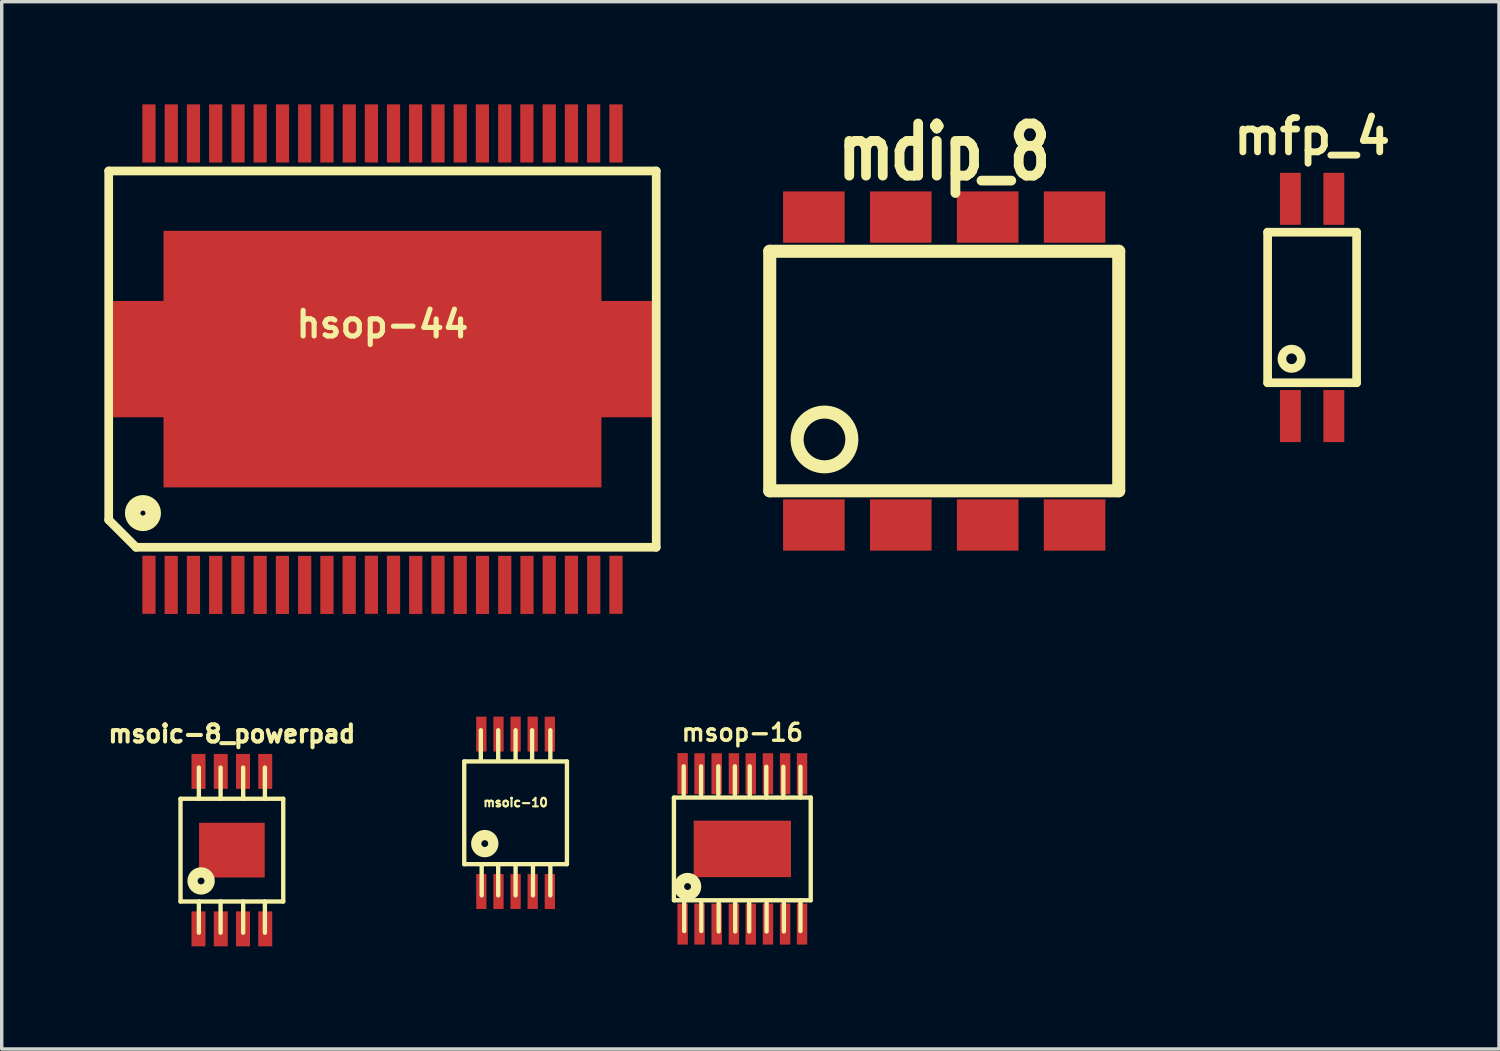
<source format=kicad_pcb>
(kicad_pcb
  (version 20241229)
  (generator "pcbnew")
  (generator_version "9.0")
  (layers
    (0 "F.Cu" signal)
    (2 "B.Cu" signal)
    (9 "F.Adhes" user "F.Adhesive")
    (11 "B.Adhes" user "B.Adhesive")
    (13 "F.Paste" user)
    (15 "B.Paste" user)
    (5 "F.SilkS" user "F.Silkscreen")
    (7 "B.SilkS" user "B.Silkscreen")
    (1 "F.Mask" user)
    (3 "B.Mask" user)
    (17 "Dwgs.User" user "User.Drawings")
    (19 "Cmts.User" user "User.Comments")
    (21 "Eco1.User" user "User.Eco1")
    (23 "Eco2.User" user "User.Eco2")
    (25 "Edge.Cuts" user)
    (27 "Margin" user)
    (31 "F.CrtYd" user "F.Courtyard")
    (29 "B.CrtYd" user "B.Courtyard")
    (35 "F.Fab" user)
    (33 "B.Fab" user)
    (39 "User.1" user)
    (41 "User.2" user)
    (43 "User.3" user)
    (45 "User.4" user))
  (footprint "mdip_8"
    (layer "F.Cu")
    (at 24.547 7.794)
    (property "Reference" "mdip_8" (at 0 -6.401 0) (layer "F.SilkS") (effects (font (size 1.524 1.143) (thickness 0.287))))
    (attr through_hole)
    (fp_line (start -5.1 -3.5) (end -5.1 3.5) (stroke (width 0.381) (type solid)) (layer "F.SilkS"))
    (fp_line (start -5.1 3.5) (end 5.1 3.5) (stroke (width 0.381) (type solid)) (layer "F.SilkS"))
    (fp_line (start 5.1 -3.5) (end -5.1 -3.5) (stroke (width 0.381) (type solid)) (layer "F.SilkS"))
    (fp_line (start 5.1 3.5) (end 5.1 -3.5) (stroke (width 0.381) (type solid)) (layer "F.SilkS"))
    (fp_circle (center -3.5 2) (end -4.3 2) (stroke (width 0.381) (type solid)) (fill no) (layer "F.SilkS"))
    (pad "1" smd rect (at -3.81 4.5) (size 1.8 1.5) (layers "F.Cu" "F.Mask" "F.Paste"))
    (pad "2" smd rect (at -1.27 4.5) (size 1.8 1.5) (layers "F.Cu" "F.Mask" "F.Paste"))
    (pad "3" smd rect (at 1.27 4.5) (size 1.8 1.5) (layers "F.Cu" "F.Mask" "F.Paste"))
    (pad "4" smd rect (at 3.81 4.5) (size 1.8 1.5) (layers "F.Cu" "F.Mask" "F.Paste"))
    (pad "5" smd rect (at 3.81 -4.5) (size 1.8 1.5) (layers "F.Cu" "F.Mask" "F.Paste"))
    (pad "6" smd rect (at 1.27 -4.5) (size 1.8 1.5) (layers "F.Cu" "F.Mask" "F.Paste"))
    (pad "7" smd rect (at -1.27 -4.5) (size 1.8 1.5) (layers "F.Cu" "F.Mask" "F.Paste"))
    (pad "8" smd rect (at -3.81 -4.5) (size 1.8 1.5) (layers "F.Cu" "F.Mask" "F.Paste")))
  (footprint "mfp_4"
    (layer "F.Cu")
    (at 35.299 5.936)
    (property "Reference" "mfp_4" (at 0 -5 0) (layer "F.SilkS") (effects (font (size 1 1) (thickness 0.2))))
    (attr through_hole)
    (fp_line (start -1.3 -2.2) (end -1.3 2.2) (stroke (width 0.254) (type solid)) (layer "F.SilkS"))
    (fp_line (start -1.3 2.2) (end 1.3 2.2) (stroke (width 0.254) (type solid)) (layer "F.SilkS"))
    (fp_line (start 1.3 -2.2) (end -1.3 -2.2) (stroke (width 0.254) (type solid)) (layer "F.SilkS"))
    (fp_line (start 1.3 2.2) (end 1.3 -2.2) (stroke (width 0.254) (type solid)) (layer "F.SilkS"))
    (fp_circle (center -0.6 1.5) (end -0.8 1.7) (stroke (width 0.254) (type solid)) (fill no) (layer "F.SilkS"))
    (pad "1" smd rect (at -0.635 3.175) (size 0.61 1.52) (layers "F.Cu" "F.Mask" "F.Paste"))
    (pad "2" smd rect (at 0.635 3.175) (size 0.61 1.52) (layers "F.Cu" "F.Mask" "F.Paste"))
    (pad "3" smd rect (at 0.635 -3.175) (size 0.61 1.52) (layers "F.Cu" "F.Mask" "F.Paste"))
    (pad "4" smd rect (at -0.635 -3.175) (size 0.61 1.52) (layers "F.Cu" "F.Mask" "F.Paste")))
  (footprint "msoic-10"
    (layer "F.Cu")
    (at 12.019 20.706)
    (property "Reference" "msoic-10" (at 0 -0.3 0) (layer "F.SilkS") (effects (font (size 0.249 0.249) (thickness 0.061))))
    (attr through_hole)
    (fp_line (start -1.501 -1.501) (end -1.501 1.501) (stroke (width 0.127) (type solid)) (layer "F.SilkS"))
    (fp_line (start -1.501 1.501) (end 1.501 1.501) (stroke (width 0.127) (type solid)) (layer "F.SilkS"))
    (fp_line (start -1.016 -2.413) (end -1.016 -1.524) (stroke (width 0.127) (type solid)) (layer "F.SilkS"))
    (fp_line (start -0.991 2.413) (end -0.991 1.524) (stroke (width 0.127) (type solid)) (layer "F.SilkS"))
    (fp_line (start -0.508 -2.413) (end -0.508 -1.524) (stroke (width 0.127) (type solid)) (layer "F.SilkS"))
    (fp_line (start -0.508 2.413) (end -0.508 1.524) (stroke (width 0.127) (type solid)) (layer "F.SilkS"))
    (fp_line (start 0 -2.413) (end 0 -1.524) (stroke (width 0.127) (type solid)) (layer "F.SilkS"))
    (fp_line (start 0 2.413) (end 0 1.524) (stroke (width 0.127) (type solid)) (layer "F.SilkS"))
    (fp_line (start 0.483 -2.413) (end 0.483 -1.524) (stroke (width 0.127) (type solid)) (layer "F.SilkS"))
    (fp_line (start 0.508 2.413) (end 0.508 1.524) (stroke (width 0.127) (type solid)) (layer "F.SilkS"))
    (fp_line (start 1.016 -2.413) (end 1.016 -1.524) (stroke (width 0.127) (type solid)) (layer "F.SilkS"))
    (fp_line (start 1.016 2.413) (end 1.016 1.524) (stroke (width 0.127) (type solid)) (layer "F.SilkS"))
    (fp_line (start 1.501 -1.501) (end -1.501 -1.501) (stroke (width 0.127) (type solid)) (layer "F.SilkS"))
    (fp_line (start 1.501 1.501) (end 1.501 -1.501) (stroke (width 0.127) (type solid)) (layer "F.SilkS"))
    (fp_circle (center -0.9 0.9) (end -1.1 0.9) (stroke (width 0.127) (type solid)) (fill no) (layer "F.SilkS"))
    (fp_circle (center -0.9 0.9) (end -1 0.9) (stroke (width 0.3) (type solid)) (fill no) (layer "F.SilkS"))
    (fp_circle (center -0.899 0.902) (end -1.1 1.1) (stroke (width 0.127) (type solid)) (fill no) (layer "F.SilkS"))
    (pad "1" smd rect (at -1.001 2.301) (size 0.3 1.021) (layers "F.Cu" "F.Mask" "F.Paste"))
    (pad "2" smd rect (at -0.5 2.301) (size 0.3 1.021) (layers "F.Cu" "F.Mask" "F.Paste"))
    (pad "3" smd rect (at 0 2.301) (size 0.3 1.021) (layers "F.Cu" "F.Mask" "F.Paste"))
    (pad "4" smd rect (at 0.5 2.301) (size 0.3 1.021) (layers "F.Cu" "F.Mask" "F.Paste"))
    (pad "5" smd rect (at 1.001 2.301) (size 0.3 1.021) (layers "F.Cu" "F.Mask" "F.Paste"))
    (pad "6" smd rect (at 1.001 -2.301) (size 0.3 1.021) (layers "F.Cu" "F.Mask" "F.Paste"))
    (pad "7" smd rect (at 0.5 -2.301) (size 0.3 1.021) (layers "F.Cu" "F.Mask" "F.Paste"))
    (pad "8" smd rect (at 0 -2.301) (size 0.3 1.021) (layers "F.Cu" "F.Mask" "F.Paste"))
    (pad "9" smd rect (at -0.5 -2.301) (size 0.3 1.021) (layers "F.Cu" "F.Mask" "F.Paste"))
    (pad "10" smd rect (at -1.001 -2.301) (size 0.3 1.021) (layers "F.Cu" "F.Mask" "F.Paste")))
  (footprint "msoic-8_powerpad"
    (layer "F.Cu")
    (at 3.727 21.797)
    (property "Reference" "msoic-8_powerpad" (at 0 -3.4 180) (layer "F.SilkS") (effects (font (size 0.5 0.5) (thickness 0.119))))
    (attr through_hole)
    (fp_line (start -1.501 -1.501) (end -1.501 1.501) (stroke (width 0.127) (type solid)) (layer "F.SilkS"))
    (fp_line (start -1.501 1.501) (end 1.501 1.501) (stroke (width 0.127) (type solid)) (layer "F.SilkS"))
    (fp_line (start -0.965 -1.499) (end -0.965 -2.413) (stroke (width 0.127) (type solid)) (layer "F.SilkS"))
    (fp_line (start -0.965 1.499) (end -0.965 2.413) (stroke (width 0.127) (type solid)) (layer "F.SilkS"))
    (fp_line (start -0.33 -1.499) (end -0.33 -2.413) (stroke (width 0.127) (type solid)) (layer "F.SilkS"))
    (fp_line (start -0.33 1.499) (end -0.33 2.413) (stroke (width 0.127) (type solid)) (layer "F.SilkS"))
    (fp_line (start 0.33 -1.499) (end 0.33 -2.413) (stroke (width 0.127) (type solid)) (layer "F.SilkS"))
    (fp_line (start 0.33 1.499) (end 0.33 2.413) (stroke (width 0.127) (type solid)) (layer "F.SilkS"))
    (fp_line (start 0.965 -1.499) (end 0.965 -2.413) (stroke (width 0.127) (type solid)) (layer "F.SilkS"))
    (fp_line (start 0.965 1.499) (end 0.965 2.413) (stroke (width 0.127) (type solid)) (layer "F.SilkS"))
    (fp_line (start 1.501 -1.501) (end -1.501 -1.501) (stroke (width 0.127) (type solid)) (layer "F.SilkS"))
    (fp_line (start 1.501 1.501) (end 1.501 -1.501) (stroke (width 0.127) (type solid)) (layer "F.SilkS"))
    (fp_circle (center -0.9 0.9) (end -1.1 0.9) (stroke (width 0.127) (type solid)) (fill no) (layer "F.SilkS"))
    (fp_circle (center -0.9 0.9) (end -1 0.9) (stroke (width 0.3) (type solid)) (fill no) (layer "F.SilkS"))
    (fp_circle (center -0.899 0.902) (end -1.1 1.1) (stroke (width 0.127) (type solid)) (fill no) (layer "F.SilkS"))
    (pad "1" smd rect (at -0.975 2.301) (size 0.409 1.021) (layers "F.Cu" "F.Mask" "F.Paste"))
    (pad "2" smd rect (at -0.325 2.301) (size 0.409 1.021) (layers "F.Cu" "F.Mask" "F.Paste"))
    (pad "3" smd rect (at 0.325 2.301) (size 0.409 1.021) (layers "F.Cu" "F.Mask" "F.Paste"))
    (pad "4" smd rect (at 0.975 2.301) (size 0.409 1.021) (layers "F.Cu" "F.Mask" "F.Paste"))
    (pad "5" smd rect (at 0.975 -2.301) (size 0.409 1.021) (layers "F.Cu" "F.Mask" "F.Paste"))
    (pad "6" smd rect (at 0.325 -2.301) (size 0.409 1.021) (layers "F.Cu" "F.Mask" "F.Paste"))
    (pad "7" smd rect (at -0.325 -2.301) (size 0.409 1.021) (layers "F.Cu" "F.Mask" "F.Paste"))
    (pad "8" smd rect (at -0.975 -2.301) (size 0.409 1.021) (layers "F.Cu" "F.Mask" "F.Paste"))
    (pad "9" smd rect (at 0 0) (size 1.92 1.6) (layers "F.Cu" "F.Mask" "F.Paste")))
  (footprint "hsop-44"
    (layer "F.Cu")
    (at 8.128 7.446)
    (property "Reference" "hsop-44" (at 0 -1.016 0) (layer "F.SilkS") (effects (font (size 0.749 0.749) (thickness 0.15))))
    (attr through_hole)
    (fp_line (start -8.001 -5.499) (end -8.001 4.699) (stroke (width 0.254) (type solid)) (layer "F.SilkS"))
    (fp_line (start -8.001 -5.499) (end 8.001 -5.499) (stroke (width 0.254) (type solid)) (layer "F.SilkS"))
    (fp_line (start -7.201 5.499) (end -8.001 4.699) (stroke (width 0.254) (type solid)) (layer "F.SilkS"))
    (fp_line (start -7.201 5.499) (end 8.001 5.499) (stroke (width 0.254) (type solid)) (layer "F.SilkS"))
    (fp_line (start 8.001 5.499) (end 8.001 -5.499) (stroke (width 0.254) (type solid)) (layer "F.SilkS"))
    (fp_circle (center -7 4.5) (end -7.4 4.5) (stroke (width 0.254) (type solid)) (fill no) (layer "F.SilkS"))
    (fp_circle (center -7 4.5) (end -7.2 4.5) (stroke (width 0.254) (type solid)) (fill no) (layer "F.SilkS"))
    (fp_circle (center -7 4.5) (end -7.1 4.5) (stroke (width 0.254) (type solid)) (fill no) (layer "F.SilkS"))
    (pad "1" smd rect (at -6.825 6.596) (size 0.386 1.699) (layers "F.Cu" "F.Mask" "F.Paste"))
    (pad "2" smd rect (at -6.175 6.599) (size 0.386 1.699) (layers "F.Cu" "F.Mask" "F.Paste"))
    (pad "3" smd rect (at -5.524 6.599) (size 0.386 1.699) (layers "F.Cu" "F.Mask" "F.Paste"))
    (pad "4" smd rect (at -4.874 6.599) (size 0.386 1.699) (layers "F.Cu" "F.Mask" "F.Paste"))
    (pad "5" smd rect (at -4.224 6.599) (size 0.386 1.699) (layers "F.Cu" "F.Mask" "F.Paste"))
    (pad "6" smd rect (at -3.574 6.599) (size 0.386 1.699) (layers "F.Cu" "F.Mask" "F.Paste"))
    (pad "7" smd rect (at -2.924 6.599) (size 0.386 1.699) (layers "F.Cu" "F.Mask" "F.Paste"))
    (pad "8" smd rect (at -2.273 6.599) (size 0.386 1.699) (layers "F.Cu" "F.Mask" "F.Paste"))
    (pad "9" smd rect (at -1.623 6.599) (size 0.386 1.699) (layers "F.Cu" "F.Mask" "F.Paste"))
    (pad "10" smd rect (at -0.973 6.599) (size 0.386 1.699) (layers "F.Cu" "F.Mask" "F.Paste"))
    (pad "11" smd rect (at -0.323 6.596) (size 0.386 1.699) (layers "F.Cu" "F.Mask" "F.Paste"))
    (pad "12" smd rect (at 0.323 6.596) (size 0.386 1.699) (layers "F.Cu" "F.Mask" "F.Paste"))
    (pad "13" smd rect (at 0.973 6.599) (size 0.386 1.699) (layers "F.Cu" "F.Mask" "F.Paste"))
    (pad "14" smd rect (at 1.623 6.596) (size 0.386 1.699) (layers "F.Cu" "F.Mask" "F.Paste"))
    (pad "15" smd rect (at 2.273 6.599) (size 0.386 1.699) (layers "F.Cu" "F.Mask" "F.Paste"))
    (pad "16" smd rect (at 2.924 6.599) (size 0.386 1.699) (layers "F.Cu" "F.Mask" "F.Paste"))
    (pad "17" smd rect (at 3.574 6.599) (size 0.386 1.699) (layers "F.Cu" "F.Mask" "F.Paste"))
    (pad "18" smd rect (at 4.224 6.599) (size 0.386 1.699) (layers "F.Cu" "F.Mask" "F.Paste"))
    (pad "19" smd rect (at 4.874 6.596) (size 0.386 1.699) (layers "F.Cu" "F.Mask" "F.Paste"))
    (pad "20" smd rect (at 5.524 6.596) (size 0.386 1.699) (layers "F.Cu" "F.Mask" "F.Paste"))
    (pad "21" smd rect (at 6.175 6.596) (size 0.386 1.699) (layers "F.Cu" "F.Mask" "F.Paste"))
    (pad "22" smd rect (at 6.825 6.596) (size 0.386 1.699) (layers "F.Cu" "F.Mask" "F.Paste"))
    (pad "23" smd rect (at 6.825 -6.596) (size 0.386 1.699) (layers "F.Cu" "F.Mask" "F.Paste"))
    (pad "24" smd rect (at 6.172 -6.596) (size 0.386 1.699) (layers "F.Cu" "F.Mask" "F.Paste"))
    (pad "25" smd rect (at 5.524 -6.596) (size 0.386 1.699) (layers "F.Cu" "F.Mask" "F.Paste"))
    (pad "26" smd rect (at 4.874 -6.596) (size 0.386 1.699) (layers "F.Cu" "F.Mask" "F.Paste"))
    (pad "27" smd rect (at 4.221 -6.596) (size 0.386 1.699) (layers "F.Cu" "F.Mask" "F.Paste"))
    (pad "28" smd rect (at 3.574 -6.596) (size 0.386 1.699) (layers "F.Cu" "F.Mask" "F.Paste"))
    (pad "29" smd rect (at 2.921 -6.596) (size 0.386 1.699) (layers "F.Cu" "F.Mask" "F.Paste"))
    (pad "30" smd rect (at 2.273 -6.596) (size 0.386 1.699) (layers "F.Cu" "F.Mask" "F.Paste"))
    (pad "31" smd rect (at 1.623 -6.596) (size 0.386 1.699) (layers "F.Cu" "F.Mask" "F.Paste"))
    (pad "32" smd rect (at 0.97 -6.596) (size 0.386 1.699) (layers "F.Cu" "F.Mask" "F.Paste"))
    (pad "33" smd rect (at 0.323 -6.596) (size 0.386 1.699) (layers "F.Cu" "F.Mask" "F.Paste"))
    (pad "34" smd rect (at -0.323 -6.596) (size 0.386 1.699) (layers "F.Cu" "F.Mask" "F.Paste"))
    (pad "35" smd rect (at -0.97 -6.596) (size 0.386 1.699) (layers "F.Cu" "F.Mask" "F.Paste"))
    (pad "36" smd rect (at -1.623 -6.596) (size 0.386 1.699) (layers "F.Cu" "F.Mask" "F.Paste"))
    (pad "37" smd rect (at -2.273 -6.596) (size 0.386 1.699) (layers "F.Cu" "F.Mask" "F.Paste"))
    (pad "38" smd rect (at -2.921 -6.596) (size 0.386 1.699) (layers "F.Cu" "F.Mask" "F.Paste"))
    (pad "39" smd rect (at -3.574 -6.596) (size 0.386 1.699) (layers "F.Cu" "F.Mask" "F.Paste"))
    (pad "40" smd rect (at -4.221 -6.596) (size 0.386 1.699) (layers "F.Cu" "F.Mask" "F.Paste"))
    (pad "41" smd rect (at -4.874 -6.596) (size 0.386 1.699) (layers "F.Cu" "F.Mask" "F.Paste"))
    (pad "42" smd rect (at -5.524 -6.596) (size 0.386 1.699) (layers "F.Cu" "F.Mask" "F.Paste"))
    (pad "43" smd rect (at -6.172 -6.596) (size 0.386 1.699) (layers "F.Cu" "F.Mask" "F.Paste"))
    (pad "44" smd rect (at -6.825 -6.596) (size 0.386 1.699) (layers "F.Cu" "F.Mask" "F.Paste"))
    (pad "45" smd rect (at 0 0) (size 12.799 7.498) (layers "F.Cu" "F.Mask" "F.Paste"))
    (pad "45" smd rect (at 0 0) (size 16.099 3.399) (layers "F.Cu" "F.Mask" "F.Paste")))
  (footprint "msop-16"
    (layer "F.Cu")
    (at 18.646 21.761)
    (property "Reference" "msop-16" (at 0 -3.401 0) (layer "F.SilkS") (effects (font (size 0.498 0.498) (thickness 0.099))))
    (attr smd)
    (fp_line (start -1.999 -1.501) (end 1.999 -1.501) (stroke (width 0.127) (type solid)) (layer "F.SilkS"))
    (fp_line (start -1.999 -1.499) (end -1.999 1.499) (stroke (width 0.127) (type solid)) (layer "F.SilkS"))
    (fp_line (start -1.999 1.501) (end 1.999 1.501) (stroke (width 0.127) (type solid)) (layer "F.SilkS"))
    (fp_line (start -1.714 -2.413) (end -1.714 -1.524) (stroke (width 0.127) (type solid)) (layer "F.SilkS"))
    (fp_line (start -1.699 2.4) (end -1.699 1.501) (stroke (width 0.127) (type solid)) (layer "F.SilkS"))
    (fp_line (start -1.206 -2.413) (end -1.206 -1.524) (stroke (width 0.127) (type solid)) (layer "F.SilkS"))
    (fp_line (start -1.199 2.4) (end -1.199 1.501) (stroke (width 0.127) (type solid)) (layer "F.SilkS"))
    (fp_line (start -0.701 -2.413) (end -0.701 -1.524) (stroke (width 0.127) (type solid)) (layer "F.SilkS"))
    (fp_line (start -0.691 2.413) (end -0.691 1.524) (stroke (width 0.127) (type solid)) (layer "F.SilkS"))
    (fp_line (start -0.218 -2.413) (end -0.218 -1.524) (stroke (width 0.127) (type solid)) (layer "F.SilkS"))
    (fp_line (start -0.208 2.413) (end -0.208 1.524) (stroke (width 0.127) (type solid)) (layer "F.SilkS"))
    (fp_line (start 0.201 2.413) (end 0.201 1.524) (stroke (width 0.127) (type solid)) (layer "F.SilkS"))
    (fp_line (start 0.216 -2.413) (end 0.216 -1.524) (stroke (width 0.127) (type solid)) (layer "F.SilkS"))
    (fp_line (start 0.701 -2.4) (end 0.701 -1.501) (stroke (width 0.127) (type solid)) (layer "F.SilkS"))
    (fp_line (start 0.709 2.413) (end 0.709 1.524) (stroke (width 0.127) (type solid)) (layer "F.SilkS"))
    (fp_line (start 1.199 -2.4) (end 1.199 -1.501) (stroke (width 0.127) (type solid)) (layer "F.SilkS"))
    (fp_line (start 1.214 2.413) (end 1.214 1.524) (stroke (width 0.127) (type solid)) (layer "F.SilkS"))
    (fp_line (start 1.699 -2.4) (end 1.699 -1.501) (stroke (width 0.127) (type solid)) (layer "F.SilkS"))
    (fp_line (start 1.699 2.4) (end 1.699 1.501) (stroke (width 0.127) (type solid)) (layer "F.SilkS"))
    (fp_line (start 1.999 1.501) (end 1.999 -1.501) (stroke (width 0.127) (type solid)) (layer "F.SilkS"))
    (fp_circle (center -1.6 1.102) (end -1.801 1.3) (stroke (width 0.127) (type solid)) (fill no) (layer "F.SilkS"))
    (fp_circle (center -1.6 1.1) (end -1.8 1.1) (stroke (width 0.127) (type solid)) (fill no) (layer "F.SilkS"))
    (fp_circle (center -1.6 1.1) (end -1.7 1.1) (stroke (width 0.3) (type solid)) (fill no) (layer "F.SilkS"))
    (pad "1" smd rect (at -1.745 2.197) (size 0.305 1.199) (layers "F.Cu" "F.Mask" "F.Paste"))
    (pad "2" smd rect (at -1.25 2.197) (size 0.305 1.199) (layers "F.Cu" "F.Mask" "F.Paste"))
    (pad "3" smd rect (at -0.749 2.197) (size 0.305 1.199) (layers "F.Cu" "F.Mask" "F.Paste"))
    (pad "4" smd rect (at -0.246 2.197) (size 0.305 1.199) (layers "F.Cu" "F.Mask" "F.Paste"))
    (pad "5" smd rect (at 0.246 2.197) (size 0.305 1.199) (layers "F.Cu" "F.Mask" "F.Paste"))
    (pad "6" smd rect (at 0.749 2.197) (size 0.305 1.199) (layers "F.Cu" "F.Mask" "F.Paste"))
    (pad "7" smd rect (at 1.25 2.197) (size 0.305 1.199) (layers "F.Cu" "F.Mask" "F.Paste"))
    (pad "8" smd rect (at 1.745 2.197) (size 0.305 1.199) (layers "F.Cu" "F.Mask" "F.Paste"))
    (pad "9" smd rect (at 1.745 -2.197) (size 0.305 1.199) (layers "F.Cu" "F.Mask" "F.Paste"))
    (pad "10" smd rect (at 1.25 -2.197) (size 0.305 1.199) (layers "F.Cu" "F.Mask" "F.Paste"))
    (pad "11" smd rect (at 0.749 -2.197) (size 0.305 1.199) (layers "F.Cu" "F.Mask" "F.Paste"))
    (pad "12" smd rect (at 0.246 -2.197) (size 0.305 1.199) (layers "F.Cu" "F.Mask" "F.Paste"))
    (pad "13" smd rect (at -0.246 -2.197) (size 0.305 1.199) (layers "F.Cu" "F.Mask" "F.Paste"))
    (pad "14" smd rect (at -0.749 -2.197) (size 0.305 1.199) (layers "F.Cu" "F.Mask" "F.Paste"))
    (pad "15" smd rect (at -1.25 -2.197) (size 0.305 1.199) (layers "F.Cu" "F.Mask" "F.Paste"))
    (pad "16" smd rect (at -1.745 -2.2) (size 0.305 1.199) (layers "F.Cu" "F.Mask" "F.Paste"))
    (pad "17" smd rect (at 0 0) (size 2.845 1.651) (layers "F.Cu" "F.Mask" "F.Paste")))
  (gr_rect
    (start -3 -3)
    (end 40.761 27.609)
    (stroke (width 0.1) (type default))
    (fill no)
    (layer "Edge.Cuts")))
</source>
